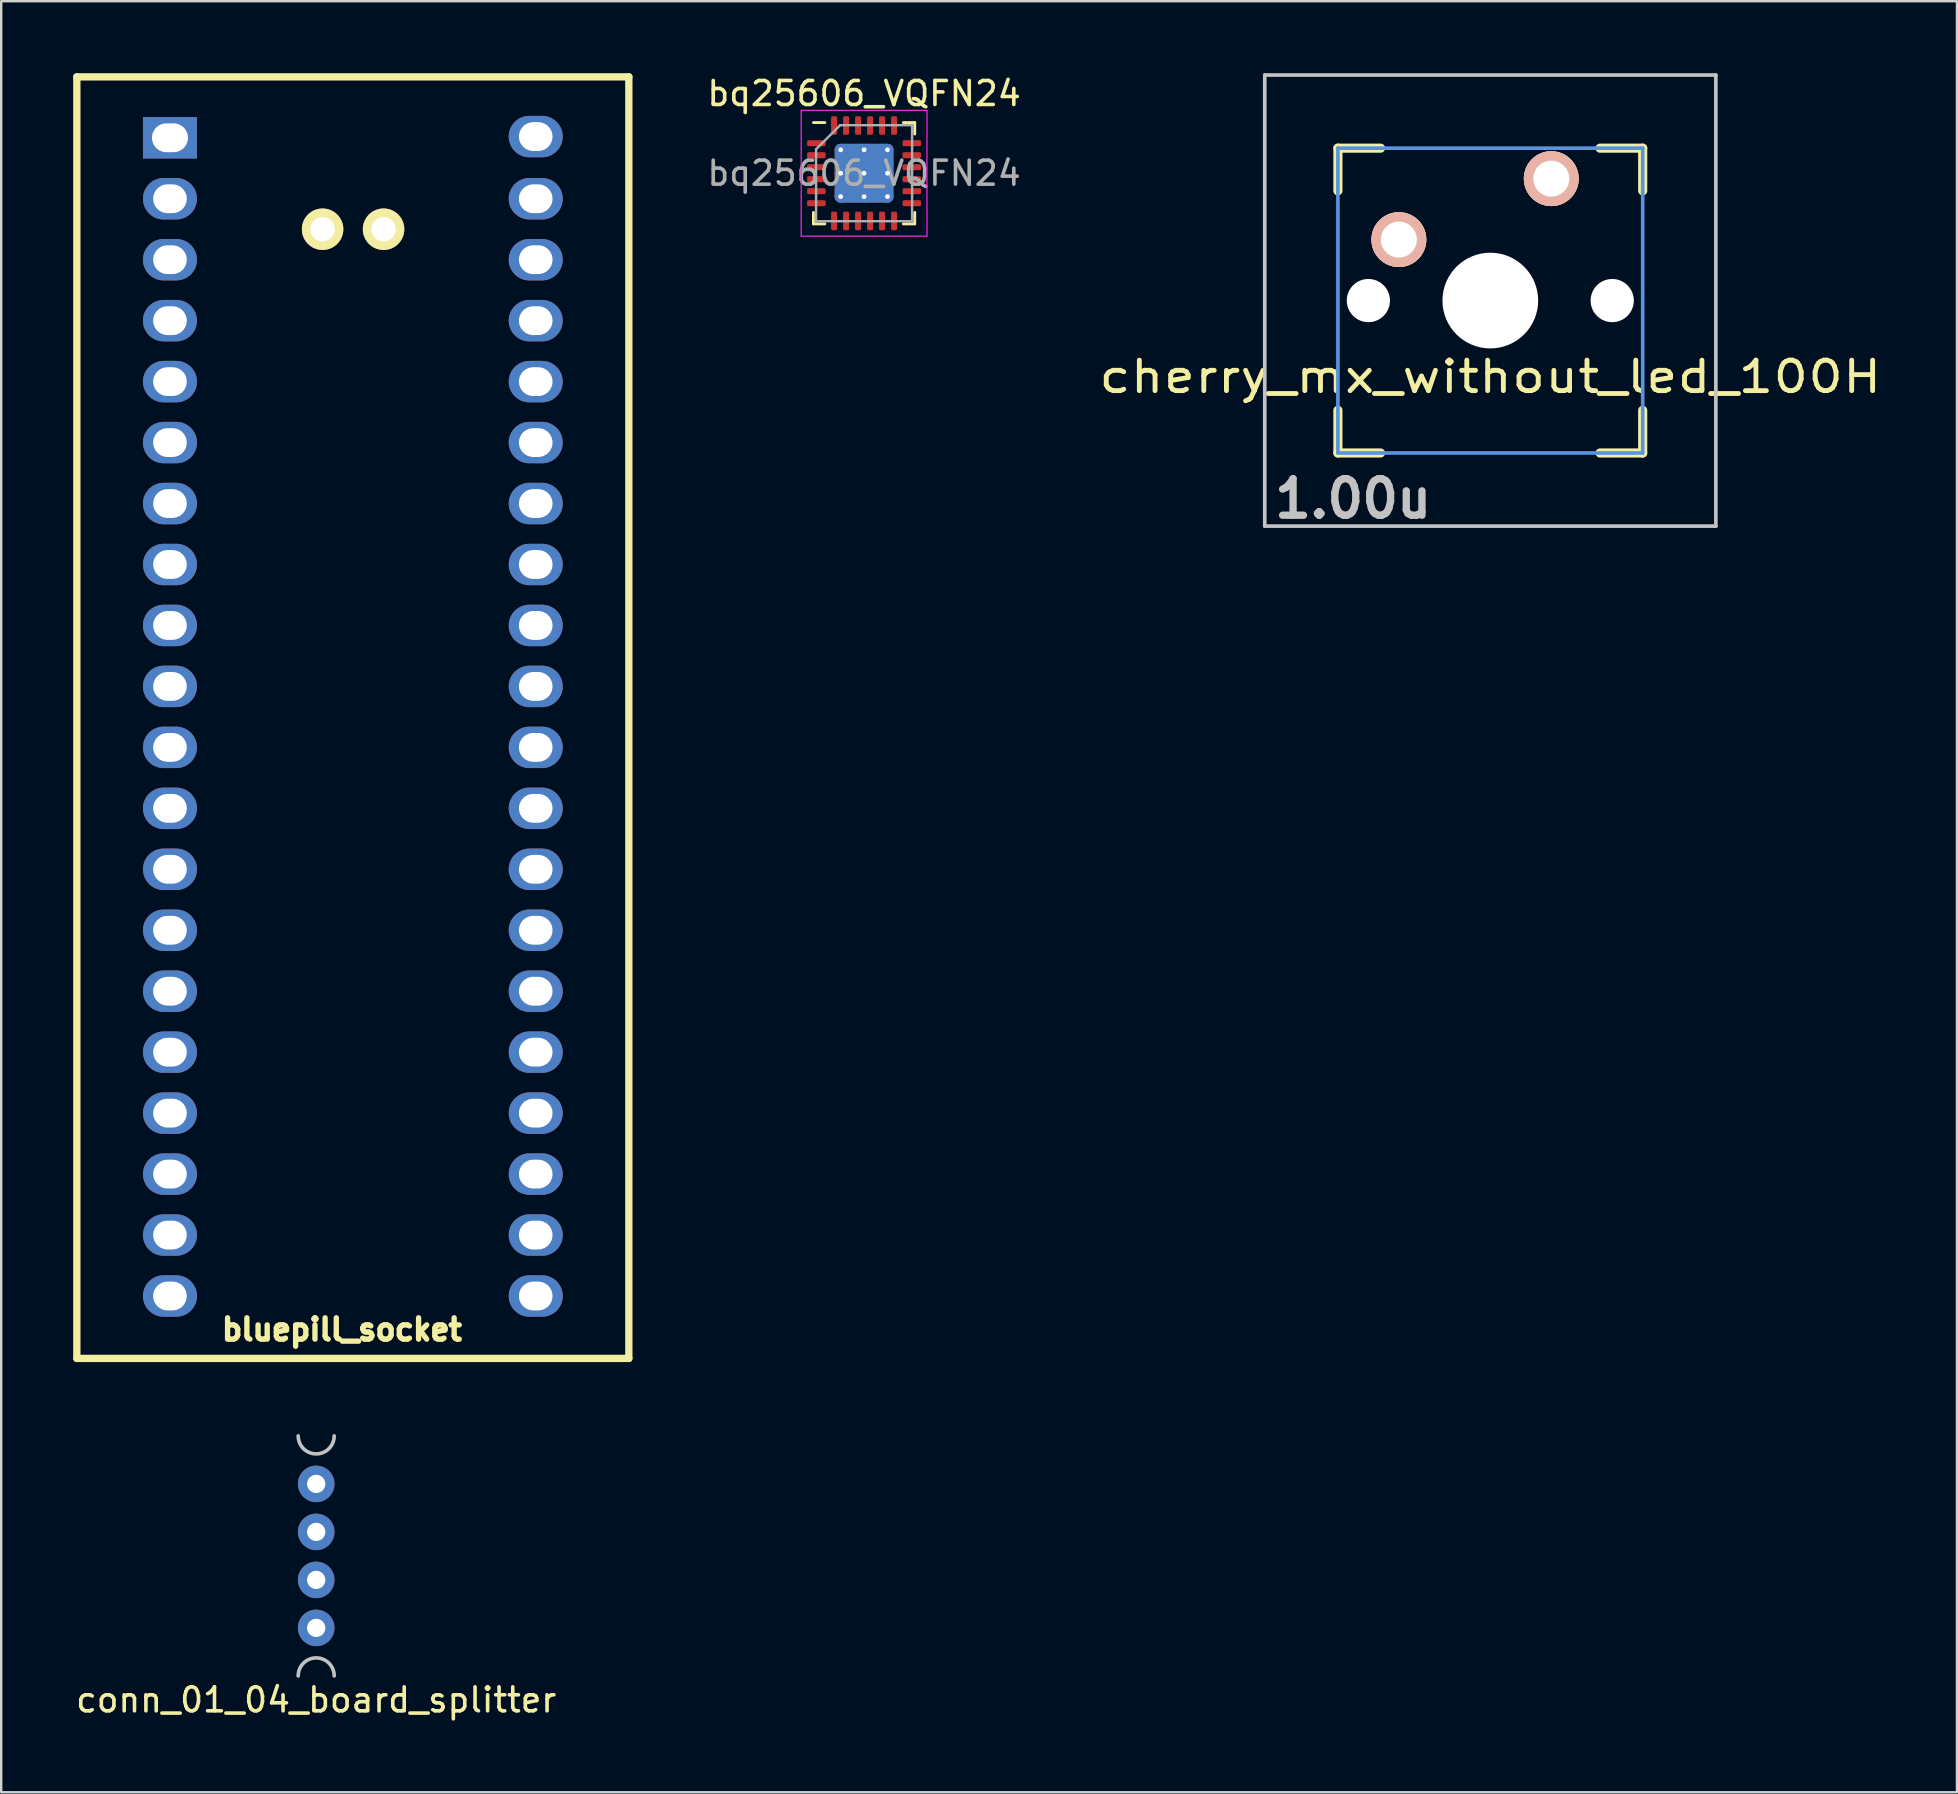
<source format=kicad_pcb>
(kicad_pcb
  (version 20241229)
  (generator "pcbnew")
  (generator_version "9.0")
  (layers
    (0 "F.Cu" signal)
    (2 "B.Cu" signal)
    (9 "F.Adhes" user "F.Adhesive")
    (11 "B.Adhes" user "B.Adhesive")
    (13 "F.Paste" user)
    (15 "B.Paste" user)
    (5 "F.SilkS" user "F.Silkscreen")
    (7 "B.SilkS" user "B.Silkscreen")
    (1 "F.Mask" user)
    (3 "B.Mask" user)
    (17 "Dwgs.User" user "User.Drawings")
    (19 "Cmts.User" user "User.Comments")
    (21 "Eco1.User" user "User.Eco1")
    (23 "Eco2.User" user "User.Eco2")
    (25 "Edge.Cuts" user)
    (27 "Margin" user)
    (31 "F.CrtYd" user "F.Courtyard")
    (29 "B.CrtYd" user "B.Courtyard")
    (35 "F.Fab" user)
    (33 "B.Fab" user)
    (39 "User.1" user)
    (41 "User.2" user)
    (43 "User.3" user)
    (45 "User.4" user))
  (footprint "bluepill_socket"
    (layer "F.Cu")
    (at 4.032 2.742)
    (property "Reference" "bluepill_socket" (at 7.163 49.606 180) (layer "F.SilkS") (effects (font (size 0.889 0.889) (thickness 0.305))))
    (attr through_hole)
    (fp_line (start -3.88 -2.59) (end 19.12 -2.59) (stroke (width 0.305) (type solid)) (layer "F.SilkS"))
    (fp_line (start -3.88 50.81) (end -3.88 -2.59) (stroke (width 0.305) (type solid)) (layer "F.SilkS"))
    (fp_line (start 19.12 -2.59) (end 19.12 50.81) (stroke (width 0.305) (type solid)) (layer "F.SilkS"))
    (fp_line (start 19.12 50.81) (end -3.88 50.81) (stroke (width 0.305) (type solid)) (layer "F.SilkS"))
    (pad "1" thru_hole rect (at 0 -0.051 270) (size 1.727 2.25) (drill oval 1.2 1.5) (layers "*.Cu" "*.Mask"))
    (pad "2" thru_hole oval (at 0 2.489 270) (size 1.727 2.25) (drill oval 1.2 1.4) (layers "*.Cu"))
    (pad "3" thru_hole oval (at 0 5.029 270) (size 1.727 2.25) (drill oval 1.2 1.4) (layers "*.Cu"))
    (pad "4" thru_hole oval (at 0 7.569 270) (size 1.727 2.25) (drill oval 1.2 1.4) (layers "*.Cu"))
    (pad "5" thru_hole oval (at 0 10.109 270) (size 1.727 2.25) (drill oval 1.2 1.4) (layers "*.Cu"))
    (pad "6" thru_hole oval (at 0 12.649 270) (size 1.727 2.25) (drill oval 1.2 1.4) (layers "*.Cu"))
    (pad "7" thru_hole oval (at 0 15.189 270) (size 1.727 2.25) (drill oval 1.2 1.4) (layers "*.Cu"))
    (pad "8" thru_hole oval (at 0 17.729 270) (size 1.727 2.25) (drill oval 1.2 1.4) (layers "*.Cu"))
    (pad "9" thru_hole oval (at 0 20.269 270) (size 1.727 2.25) (drill oval 1.2 1.4) (layers "*.Cu"))
    (pad "10" thru_hole oval (at 0 22.809 270) (size 1.727 2.25) (drill oval 1.2 1.4) (layers "*.Cu"))
    (pad "11" thru_hole oval (at 0 25.349 270) (size 1.727 2.25) (drill oval 1.2 1.4) (layers "*.Cu"))
    (pad "12" thru_hole oval (at 0 27.889 270) (size 1.727 2.25) (drill oval 1.2 1.4) (layers "*.Cu"))
    (pad "13" thru_hole oval (at 0 30.429 270) (size 1.727 2.25) (drill oval 1.2 1.4) (layers "*.Cu"))
    (pad "14" thru_hole oval (at 0 32.969 270) (size 1.727 2.25) (drill oval 1.2 1.4) (layers "*.Cu"))
    (pad "15" thru_hole oval (at 0 35.509 270) (size 1.727 2.25) (drill oval 1.2 1.4) (layers "*.Cu"))
    (pad "16" thru_hole oval (at 0 38.049 270) (size 1.727 2.25) (drill oval 1.2 1.4) (layers "*.Cu"))
    (pad "17" thru_hole oval (at 0 40.589 270) (size 1.727 2.25) (drill oval 1.2 1.4) (layers "*.Cu"))
    (pad "18" thru_hole oval (at 0 43.129 270) (size 1.727 2.25) (drill oval 1.2 1.4) (layers "*.Cu"))
    (pad "19" thru_hole oval (at 0 45.669 270) (size 1.727 2.25) (drill oval 1.2 1.4) (layers "*.Cu"))
    (pad "20" thru_hole oval (at 0 48.209 270) (size 1.727 2.25) (drill oval 1.2 1.4) (layers "*.Cu"))
    (pad "21" thru_hole oval (at 15.24 48.209 270) (size 1.727 2.25) (drill oval 1.2 1.4) (layers "*.Cu"))
    (pad "22" thru_hole oval (at 15.24 45.669 270) (size 1.727 2.25) (drill oval 1.2 1.4) (layers "*.Cu"))
    (pad "23" thru_hole oval (at 15.24 43.129 270) (size 1.727 2.25) (drill oval 1.2 1.4) (layers "*.Cu"))
    (pad "24" thru_hole oval (at 15.24 40.589 270) (size 1.727 2.25) (drill oval 1.2 1.4) (layers "*.Cu"))
    (pad "25" thru_hole oval (at 15.24 38.049 270) (size 1.727 2.25) (drill oval 1.2 1.4) (layers "*.Cu"))
    (pad "26" thru_hole oval (at 15.24 35.509 270) (size 1.727 2.25) (drill oval 1.2 1.4) (layers "*.Cu"))
    (pad "27" thru_hole oval (at 15.24 32.969 270) (size 1.727 2.25) (drill oval 1.2 1.4) (layers "*.Cu"))
    (pad "28" thru_hole oval (at 15.24 30.429 270) (size 1.727 2.25) (drill oval 1.2 1.4) (layers "*.Cu"))
    (pad "29" thru_hole oval (at 15.24 27.889 270) (size 1.727 2.25) (drill oval 1.2 1.4) (layers "*.Cu"))
    (pad "30" thru_hole oval (at 15.24 25.349 270) (size 1.727 2.25) (drill oval 1.2 1.4) (layers "*.Cu"))
    (pad "31" thru_hole oval (at 15.24 22.809 270) (size 1.727 2.25) (drill oval 1.2 1.4) (layers "*.Cu"))
    (pad "32" thru_hole oval (at 15.24 20.269 270) (size 1.727 2.25) (drill oval 1.2 1.4) (layers "*.Cu"))
    (pad "33" thru_hole oval (at 15.24 17.729 270) (size 1.727 2.25) (drill oval 1.2 1.4) (layers "*.Cu"))
    (pad "34" thru_hole oval (at 15.24 15.189 270) (size 1.727 2.25) (drill oval 1.2 1.4) (layers "*.Cu"))
    (pad "35" thru_hole oval (at 15.24 12.649 270) (size 1.727 2.25) (drill oval 1.2 1.4) (layers "*.Cu"))
    (pad "36" thru_hole oval (at 15.24 10.109 270) (size 1.727 2.25) (drill oval 1.2 1.4) (layers "*.Cu"))
    (pad "37" thru_hole oval (at 15.24 7.569 270) (size 1.727 2.25) (drill oval 1.2 1.4) (layers "*.Cu"))
    (pad "38" thru_hole oval (at 15.24 5.029 270) (size 1.727 2.25) (drill oval 1.2 1.4) (layers "*.Cu"))
    (pad "39" thru_hole oval (at 15.24 2.489 270) (size 1.727 2.25) (drill oval 1.2 1.4) (layers "*.Cu"))
    (pad "40" thru_hole oval (at 15.24 -0.102 270) (size 1.727 2.25) (drill oval 1.2 1.4) (layers "*.Cu"))
    (pad "41" thru_hole oval (at 8.9 3.759 90) (size 1.727 1.727) (drill 1.016) (layers "*.Cu" "*.Mask" "F.SilkS"))
    (pad "42" thru_hole oval (at 6.36 3.759 90) (size 1.727 1.727) (drill 1.016) (layers "*.Cu" "*.Mask" "F.SilkS")))
  (footprint "cherry_mx_without_led_100H"
    (layer "F.Cu")
    (at 59.047 9.474)
    (property "Reference" "cherry_mx_without_led_100H" (at 0 3.175 0) (layer "F.SilkS") (effects (font (size 1.27 1.524) (thickness 0.203))))
    (attr through_hole)
    (fp_line (start -6.35 -6.35) (end -4.572 -6.35) (stroke (width 0.381) (type solid)) (layer "F.SilkS"))
    (fp_line (start -6.35 -4.572) (end -6.35 -6.35) (stroke (width 0.381) (type solid)) (layer "F.SilkS"))
    (fp_line (start -6.35 6.35) (end -6.35 4.572) (stroke (width 0.381) (type solid)) (layer "F.SilkS"))
    (fp_line (start -4.572 6.35) (end -6.35 6.35) (stroke (width 0.381) (type solid)) (layer "F.SilkS"))
    (fp_line (start 4.572 -6.35) (end 6.35 -6.35) (stroke (width 0.381) (type solid)) (layer "F.SilkS"))
    (fp_line (start 6.35 -6.35) (end 6.35 -4.572) (stroke (width 0.381) (type solid)) (layer "F.SilkS"))
    (fp_line (start 6.35 4.572) (end 6.35 6.35) (stroke (width 0.381) (type solid)) (layer "F.SilkS"))
    (fp_line (start 6.35 6.35) (end 4.572 6.35) (stroke (width 0.381) (type solid)) (layer "F.SilkS"))
    (fp_line (start -9.398 -9.398) (end 9.398 -9.398) (stroke (width 0.152) (type solid)) (layer "Dwgs.User"))
    (fp_line (start -9.398 9.398) (end -9.398 -9.398) (stroke (width 0.152) (type solid)) (layer "Dwgs.User"))
    (fp_line (start 9.398 -9.398) (end 9.398 9.398) (stroke (width 0.152) (type solid)) (layer "Dwgs.User"))
    (fp_line (start 9.398 9.398) (end -9.398 9.398) (stroke (width 0.152) (type solid)) (layer "Dwgs.User"))
    (fp_line (start -6.35 -6.35) (end 6.35 -6.35) (stroke (width 0.152) (type solid)) (layer "Cmts.User"))
    (fp_line (start -6.35 6.35) (end -6.35 -6.35) (stroke (width 0.152) (type solid)) (layer "Cmts.User"))
    (fp_line (start 6.35 -6.35) (end 6.35 6.35) (stroke (width 0.152) (type solid)) (layer "Cmts.User"))
    (fp_line (start 6.35 6.35) (end -6.35 6.35) (stroke (width 0.152) (type solid)) (layer "Cmts.User"))
    (fp_line (start -6.985 -6.985) (end 6.985 -6.985) (stroke (width 0.152) (type solid)) (layer "Eco2.User"))
    (fp_line (start -6.985 6.985) (end -6.985 -6.985) (stroke (width 0.152) (type solid)) (layer "Eco2.User"))
    (fp_line (start 6.985 -6.985) (end 6.985 6.985) (stroke (width 0.152) (type solid)) (layer "Eco2.User"))
    (fp_line (start 6.985 6.985) (end -6.985 6.985) (stroke (width 0.152) (type solid)) (layer "Eco2.User"))
    (fp_text user "1.00u" (at -5.715 8.255 0) (layer "Dwgs.User") (effects (font (size 1.524 1.524) (thickness 0.305))))
    (pad "" np_thru_hole circle (at -5.08 0) (size 1.8 1.8) (drill 1.8) (layers "*.Cu"))
    (pad "" np_thru_hole circle (at 0 0) (size 3.988 3.988) (drill 3.988) (layers "*.Cu"))
    (pad "" np_thru_hole circle (at 5.08 0) (size 1.8 1.8) (drill 1.8) (layers "*.Cu"))
    (pad "1" thru_hole circle (at 2.54 -5.08) (size 2.286 2.286) (drill 1.499) (layers "*.Cu" "*.SilkS" "*.Mask"))
    (pad "2" thru_hole circle (at -3.81 -2.54) (size 2.286 2.286) (drill 1.499) (layers "*.Cu" "*.SilkS" "*.Mask")))
  (footprint "conn_01_04_board_splitter"
    (layer "F.Cu")
    (at 10.125 61.78)
    (property "Reference" "conn_01_04_board_splitter" (at 0 6 0) (layer "F.SilkS") (effects (font (size 1 1) (thickness 0.15))))
    (attr through_hole)
    (fp_arc (start -0.75 5) (mid 0 4.25) (end 0.75 5) (stroke (width 0.15) (type solid)) (layer "Dwgs.User"))
    (fp_arc (start 0.75 -5) (mid 0 -4.25) (end -0.75 -5) (stroke (width 0.15) (type solid)) (layer "Dwgs.User"))
    (pad "1" thru_hole circle (at 0 -3) (size 1.524 1.524) (drill 0.762) (layers "*.Cu"))
    (pad "2" thru_hole circle (at 0 -1) (size 1.524 1.524) (drill 0.762) (layers "*.Cu"))
    (pad "3" thru_hole circle (at 0 1) (size 1.524 1.524) (drill 0.762) (layers "*.Cu"))
    (pad "4" thru_hole circle (at 0 3) (size 1.524 1.524) (drill 0.762) (layers "*.Cu")))
  (footprint "bq25606_VQFN24"
    (layer "F.Cu")
    (at 32.954 4.168)
    (property "Reference" "bq25606_VQFN24" (at 0 -3.32 0) (layer "F.SilkS") (effects (font (size 1 1) (thickness 0.15))))
    (attr smd)
    (fp_line (start -2.11 2.11) (end -2.11 1.635) (stroke (width 0.12) (type solid)) (layer "F.SilkS"))
    (fp_line (start -1.635 -2.11) (end -2.11 -2.11) (stroke (width 0.12) (type solid)) (layer "F.SilkS"))
    (fp_line (start -1.635 2.11) (end -2.11 2.11) (stroke (width 0.12) (type solid)) (layer "F.SilkS"))
    (fp_line (start 1.635 -2.11) (end 2.11 -2.11) (stroke (width 0.12) (type solid)) (layer "F.SilkS"))
    (fp_line (start 1.635 2.11) (end 2.11 2.11) (stroke (width 0.12) (type solid)) (layer "F.SilkS"))
    (fp_line (start 2.11 -2.11) (end 2.11 -1.635) (stroke (width 0.12) (type solid)) (layer "F.SilkS"))
    (fp_line (start 2.11 2.11) (end 2.11 1.635) (stroke (width 0.12) (type solid)) (layer "F.SilkS"))
    (fp_line (start -2.62 -2.62) (end -2.62 2.62) (stroke (width 0.05) (type solid)) (layer "F.CrtYd"))
    (fp_line (start -2.62 2.62) (end 2.62 2.62) (stroke (width 0.05) (type solid)) (layer "F.CrtYd"))
    (fp_line (start 2.62 -2.62) (end -2.62 -2.62) (stroke (width 0.05) (type solid)) (layer "F.CrtYd"))
    (fp_line (start 2.62 2.62) (end 2.62 -2.62) (stroke (width 0.05) (type solid)) (layer "F.CrtYd"))
    (fp_line (start -2 -1) (end -1 -2) (stroke (width 0.1) (type solid)) (layer "F.Fab"))
    (fp_line (start -2 2) (end -2 -1) (stroke (width 0.1) (type solid)) (layer "F.Fab"))
    (fp_line (start -1 -2) (end 2 -2) (stroke (width 0.1) (type solid)) (layer "F.Fab"))
    (fp_line (start 2 -2) (end 2 2) (stroke (width 0.1) (type solid)) (layer "F.Fab"))
    (fp_line (start 2 2) (end -2 2) (stroke (width 0.1) (type solid)) (layer "F.Fab"))
    (fp_text user "${REFERENCE}" (at 0 0 0) (layer "F.Fab") (effects (font (size 1 1) (thickness 0.15))))
    (pad "" smd custom (at -0.487 -0.487) (size 0.756 0.756) (layers "F.Paste") (options (anchor circle)) (primitives (gr_poly (pts (xy -0.301 -0.175) (xy -0.175 -0.301) (xy 0.175 -0.301) (xy 0.301 -0.175) (xy 0.301 0.175) (xy 0.175 0.301) (xy -0.175 0.301) (xy -0.301 0.175)) (width 0.306) (fill yes))))
    (pad "" smd custom (at -0.487 0.487) (size 0.756 0.756) (layers "F.Paste") (options (anchor circle)) (primitives (gr_poly (pts (xy -0.301 -0.175) (xy -0.175 -0.301) (xy 0.175 -0.301) (xy 0.301 -0.175) (xy 0.301 0.175) (xy 0.175 0.301) (xy -0.175 0.301) (xy -0.301 0.175)) (width 0.306) (fill yes))))
    (pad "" smd custom (at 0.487 -0.487) (size 0.756 0.756) (layers "F.Paste") (options (anchor circle)) (primitives (gr_poly (pts (xy -0.301 -0.175) (xy -0.175 -0.301) (xy 0.175 -0.301) (xy 0.301 -0.175) (xy 0.301 0.175) (xy 0.175 0.301) (xy -0.175 0.301) (xy -0.301 0.175)) (width 0.306) (fill yes))))
    (pad "" smd custom (at 0.487 0.487) (size 0.756 0.756) (layers "F.Paste") (options (anchor circle)) (primitives (gr_poly (pts (xy -0.301 -0.175) (xy -0.175 -0.301) (xy 0.175 -0.301) (xy 0.301 -0.175) (xy 0.301 0.175) (xy 0.175 0.301) (xy -0.175 0.301) (xy -0.301 0.175)) (width 0.306) (fill yes))))
    (pad "1" smd roundrect (at -1.988 -1.25) (size 0.775 0.25) (layers "F.Cu" "F.Mask" "F.Paste") (roundrect_rratio 0.25))
    (pad "2" smd roundrect (at -1.988 -0.75) (size 0.775 0.25) (layers "F.Cu" "F.Mask" "F.Paste") (roundrect_rratio 0.25))
    (pad "3" smd roundrect (at -1.988 -0.25) (size 0.775 0.25) (layers "F.Cu" "F.Mask" "F.Paste") (roundrect_rratio 0.25))
    (pad "4" smd roundrect (at -1.988 0.25) (size 0.775 0.25) (layers "F.Cu" "F.Mask" "F.Paste") (roundrect_rratio 0.25))
    (pad "5" smd roundrect (at -1.988 0.75) (size 0.775 0.25) (layers "F.Cu" "F.Mask" "F.Paste") (roundrect_rratio 0.25))
    (pad "6" smd roundrect (at -1.988 1.25) (size 0.775 0.25) (layers "F.Cu" "F.Mask" "F.Paste") (roundrect_rratio 0.25))
    (pad "7" smd roundrect (at -1.25 1.988) (size 0.25 0.775) (layers "F.Cu" "F.Mask" "F.Paste") (roundrect_rratio 0.25))
    (pad "8" smd roundrect (at -0.75 1.988) (size 0.25 0.775) (layers "F.Cu" "F.Mask" "F.Paste") (roundrect_rratio 0.25))
    (pad "9" smd roundrect (at -0.25 1.988) (size 0.25 0.775) (layers "F.Cu" "F.Mask" "F.Paste") (roundrect_rratio 0.25))
    (pad "10" smd roundrect (at 0.25 1.988) (size 0.25 0.775) (layers "F.Cu" "F.Mask" "F.Paste") (roundrect_rratio 0.25))
    (pad "11" smd roundrect (at 0.75 1.988) (size 0.25 0.775) (layers "F.Cu" "F.Mask" "F.Paste") (roundrect_rratio 0.25))
    (pad "12" smd roundrect (at 1.25 1.988) (size 0.25 0.775) (layers "F.Cu" "F.Mask" "F.Paste") (roundrect_rratio 0.25))
    (pad "13" smd roundrect (at 1.988 1.25) (size 0.775 0.25) (layers "F.Cu" "F.Mask" "F.Paste") (roundrect_rratio 0.25))
    (pad "14" smd roundrect (at 1.988 0.75) (size 0.775 0.25) (layers "F.Cu" "F.Mask" "F.Paste") (roundrect_rratio 0.25))
    (pad "15" smd roundrect (at 1.988 0.25) (size 0.775 0.25) (layers "F.Cu" "F.Mask" "F.Paste") (roundrect_rratio 0.25))
    (pad "16" smd roundrect (at 1.988 -0.25) (size 0.775 0.25) (layers "F.Cu" "F.Mask" "F.Paste") (roundrect_rratio 0.25))
    (pad "17" smd roundrect (at 1.988 -0.75) (size 0.775 0.25) (layers "F.Cu" "F.Mask" "F.Paste") (roundrect_rratio 0.25))
    (pad "18" smd roundrect (at 1.988 -1.25) (size 0.775 0.25) (layers "F.Cu" "F.Mask" "F.Paste") (roundrect_rratio 0.25))
    (pad "19" smd roundrect (at 1.25 -1.988) (size 0.25 0.775) (layers "F.Cu" "F.Mask" "F.Paste") (roundrect_rratio 0.25))
    (pad "20" smd roundrect (at 0.75 -1.988) (size 0.25 0.775) (layers "F.Cu" "F.Mask" "F.Paste") (roundrect_rratio 0.25))
    (pad "21" smd roundrect (at 0.25 -1.988) (size 0.25 0.775) (layers "F.Cu" "F.Mask" "F.Paste") (roundrect_rratio 0.25))
    (pad "22" smd roundrect (at -0.25 -1.988) (size 0.25 0.775) (layers "F.Cu" "F.Mask" "F.Paste") (roundrect_rratio 0.25))
    (pad "23" smd roundrect (at -0.75 -1.988) (size 0.25 0.775) (layers "F.Cu" "F.Mask" "F.Paste") (roundrect_rratio 0.25))
    (pad "24" smd roundrect (at -1.25 -1.988) (size 0.25 0.775) (layers "F.Cu" "F.Mask" "F.Paste") (roundrect_rratio 0.25))
    (pad "PAD" thru_hole circle (at -0.975 -0.975) (size 0.5 0.5) (drill 0.2) (layers "*.Cu"))
    (pad "PAD" thru_hole circle (at -0.975 0) (size 0.5 0.5) (drill 0.2) (layers "*.Cu"))
    (pad "PAD" thru_hole circle (at -0.975 0.975) (size 0.5 0.5) (drill 0.2) (layers "*.Cu"))
    (pad "PAD" thru_hole circle (at 0 -0.975) (size 0.5 0.5) (drill 0.2) (layers "*.Cu"))
    (pad "PAD" thru_hole circle (at 0 0) (size 0.5 0.5) (drill 0.2) (layers "*.Cu"))
    (pad "PAD" smd roundrect (at 0 0) (size 2.45 2.45) (layers "F.Cu" "F.Mask") (roundrect_rratio 0.102))
    (pad "PAD" smd roundrect (at 0 0) (size 2.45 2.45) (layers "B.Cu") (roundrect_rratio 0.102))
    (pad "PAD" thru_hole circle (at 0 0.975) (size 0.5 0.5) (drill 0.2) (layers "*.Cu"))
    (pad "PAD" thru_hole circle (at 0.975 -0.975) (size 0.5 0.5) (drill 0.2) (layers "*.Cu"))
    (pad "PAD" thru_hole circle (at 0.975 0) (size 0.5 0.5) (drill 0.2) (layers "*.Cu"))
    (pad "PAD" thru_hole circle (at 0.975 0.975) (size 0.5 0.5) (drill 0.2) (layers "*.Cu")))
  (gr_rect
    (start -3 -3)
    (end 78.492 71.628)
    (stroke (width 0.1) (type default))
    (fill no)
    (layer "Edge.Cuts")))
</source>
